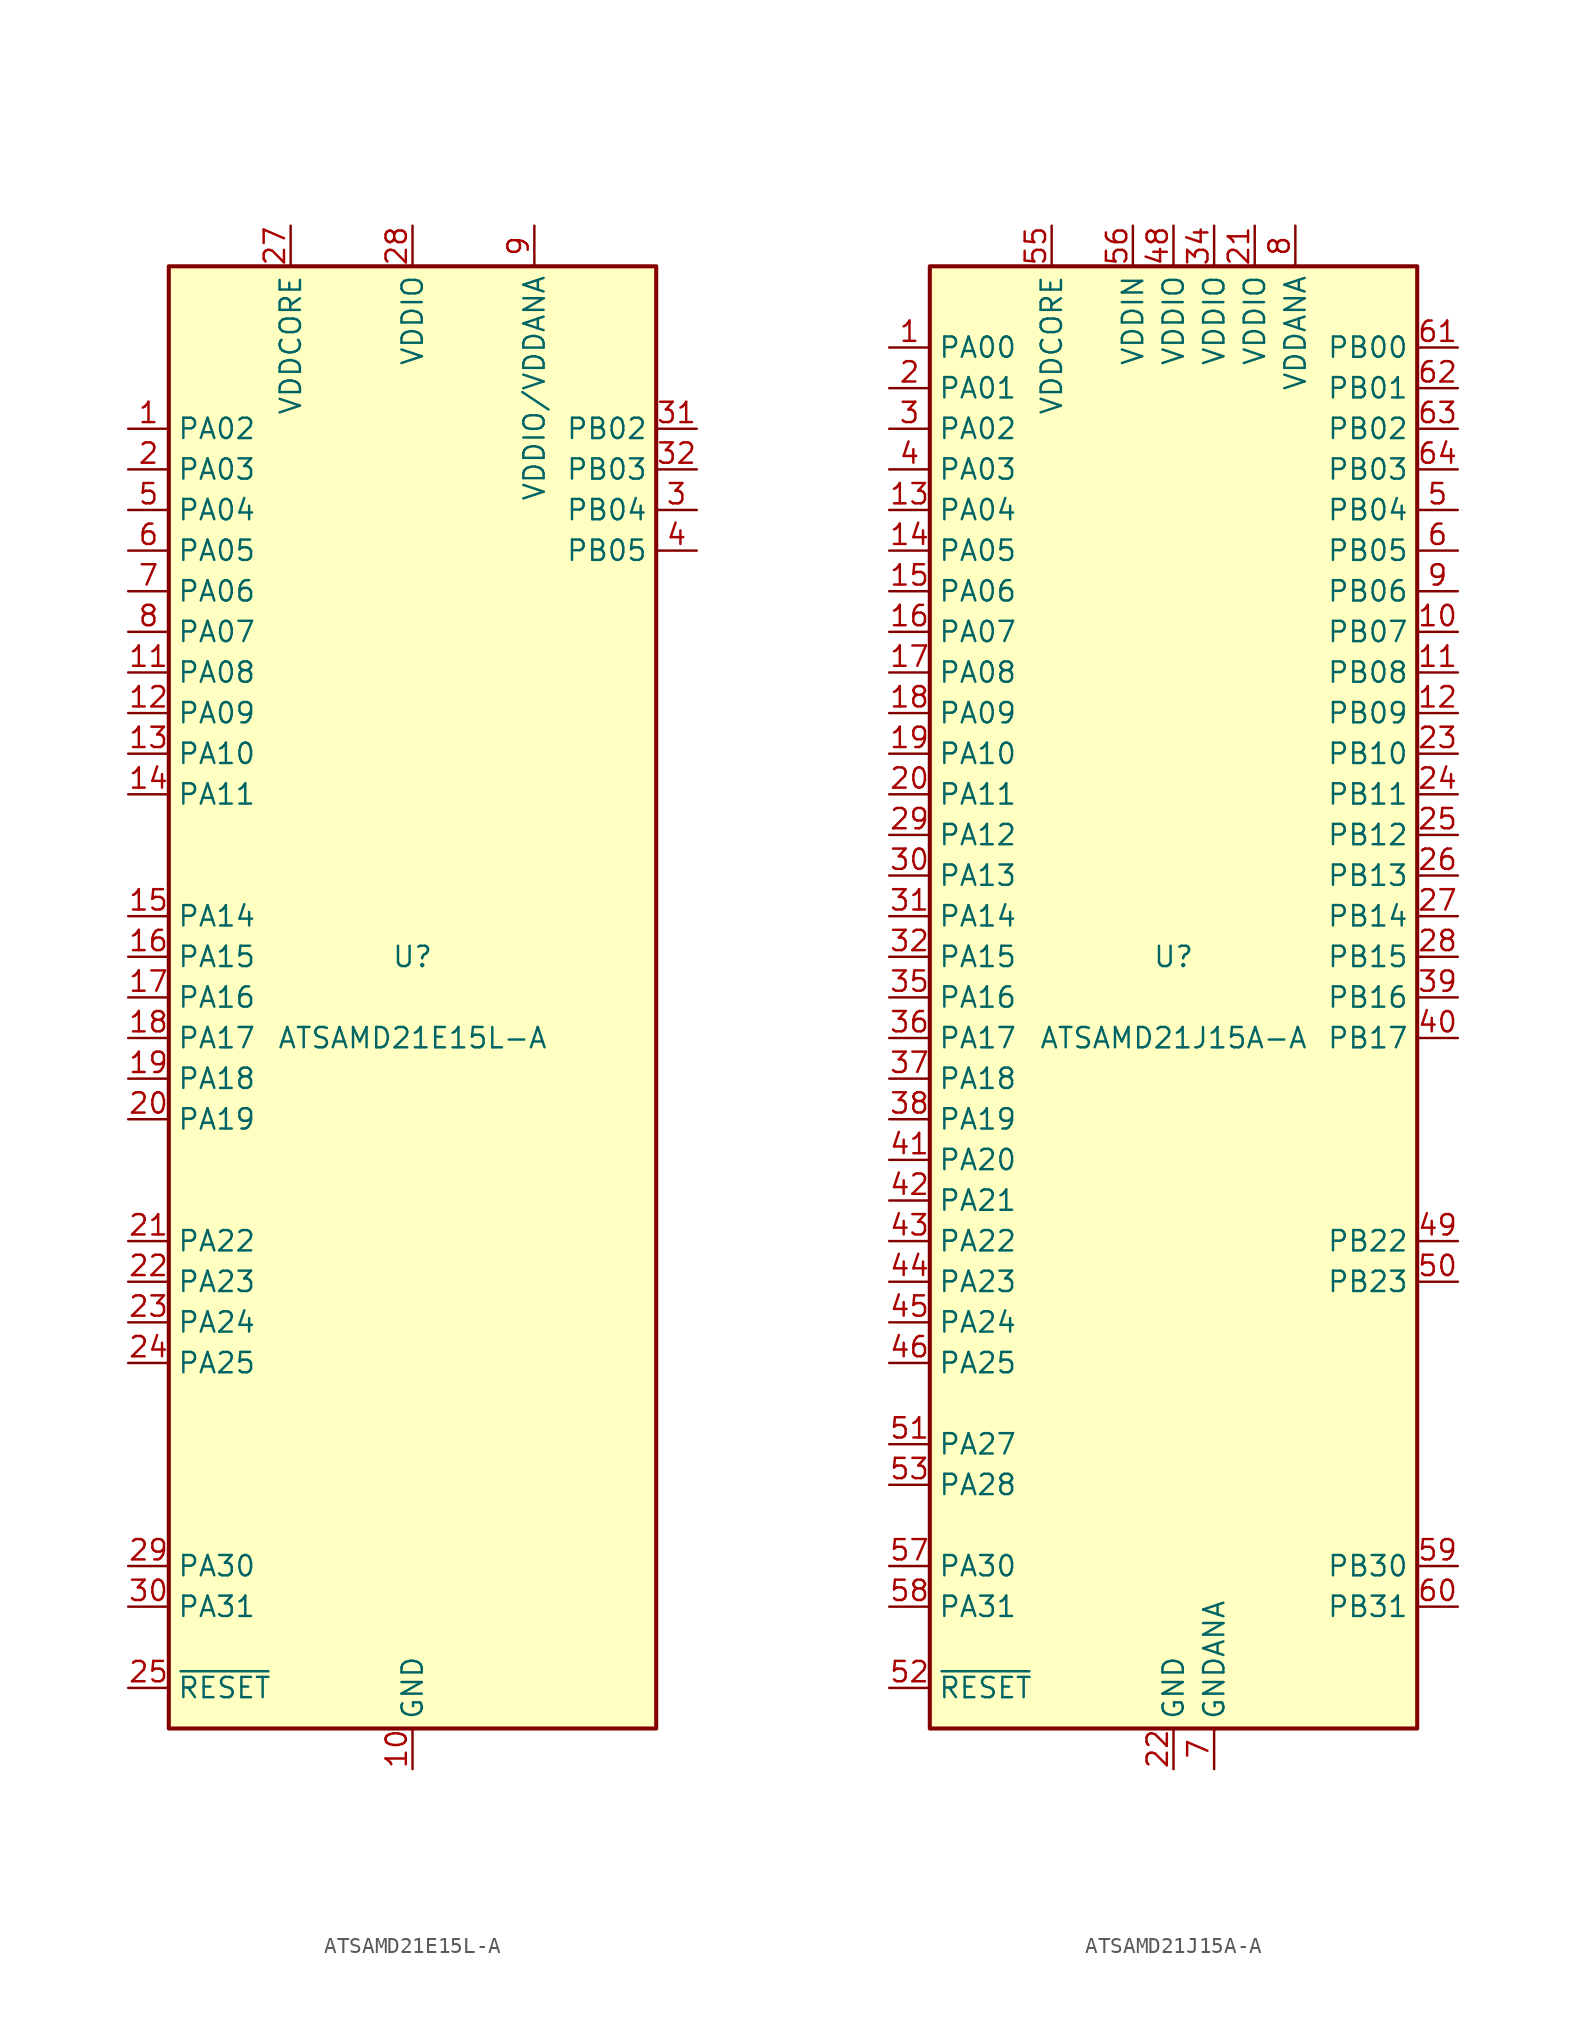
<source format=kicad_sym>
(kicad_symbol_lib
  (version 20241209)
  (generator "kicad_symbol_editor")
  (generator_version "9.0")
  (symbol "ATSAMD21E15L-A"
    (property "Reference" "U"
      (at 0 2.54 0)
      (effects (font (size 1.27 1.27))))
    (property "Value" "ATSAMD21E15L-A"
      (at 0 -2.54 0)
      (effects (font (size 1.27 1.27))))
    (symbol "ATSAMD21E15L-A_1_1"
      (rectangle (start -15.24 45.72) (end 15.24 -45.72) (stroke (width 0.254) (type default)) (fill (type background)))
      (pin bidirectional line (at -17.78 35.56 0) (length 2.54) (name "PA02" (effects (font (size 1.27 1.27)))) (number "1" (effects (font (size 1.27 1.27)))))
      (pin bidirectional line (at -17.78 33.02 0) (length 2.54) (name "PA03" (effects (font (size 1.27 1.27)))) (number "2" (effects (font (size 1.27 1.27)))))
      (pin bidirectional line (at -17.78 30.48 0) (length 2.54) (name "PA04" (effects (font (size 1.27 1.27)))) (number "5" (effects (font (size 1.27 1.27)))))
      (pin bidirectional line (at -17.78 27.94 0) (length 2.54) (name "PA05" (effects (font (size 1.27 1.27)))) (number "6" (effects (font (size 1.27 1.27)))))
      (pin bidirectional line (at -17.78 25.4 0) (length 2.54) (name "PA06" (effects (font (size 1.27 1.27)))) (number "7" (effects (font (size 1.27 1.27)))))
      (pin bidirectional line (at -17.78 22.86 0) (length 2.54) (name "PA07" (effects (font (size 1.27 1.27)))) (number "8" (effects (font (size 1.27 1.27)))))
      (pin bidirectional line (at -17.78 20.32 0) (length 2.54) (name "PA08" (effects (font (size 1.27 1.27)))) (number "11" (effects (font (size 1.27 1.27)))))
      (pin bidirectional line (at -17.78 17.78 0) (length 2.54) (name "PA09" (effects (font (size 1.27 1.27)))) (number "12" (effects (font (size 1.27 1.27)))))
      (pin bidirectional line (at -17.78 15.24 0) (length 2.54) (name "PA10" (effects (font (size 1.27 1.27)))) (number "13" (effects (font (size 1.27 1.27)))))
      (pin bidirectional line (at -17.78 12.7 0) (length 2.54) (name "PA11" (effects (font (size 1.27 1.27)))) (number "14" (effects (font (size 1.27 1.27)))))
      (pin bidirectional line (at -17.78 5.08 0) (length 2.54) (name "PA14" (effects (font (size 1.27 1.27)))) (number "15" (effects (font (size 1.27 1.27)))))
      (pin bidirectional line (at -17.78 2.54 0) (length 2.54) (name "PA15" (effects (font (size 1.27 1.27)))) (number "16" (effects (font (size 1.27 1.27)))))
      (pin bidirectional line (at -17.78 0 0) (length 2.54) (name "PA16" (effects (font (size 1.27 1.27)))) (number "17" (effects (font (size 1.27 1.27)))))
      (pin bidirectional line (at -17.78 -2.54 0) (length 2.54) (name "PA17" (effects (font (size 1.27 1.27)))) (number "18" (effects (font (size 1.27 1.27)))))
      (pin bidirectional line (at -17.78 -5.08 0) (length 2.54) (name "PA18" (effects (font (size 1.27 1.27)))) (number "19" (effects (font (size 1.27 1.27)))))
      (pin bidirectional line (at -17.78 -7.62 0) (length 2.54) (name "PA19" (effects (font (size 1.27 1.27)))) (number "20" (effects (font (size 1.27 1.27)))))
      (pin bidirectional line (at -17.78 -15.24 0) (length 2.54) (name "PA22" (effects (font (size 1.27 1.27)))) (number "21" (effects (font (size 1.27 1.27)))))
      (pin bidirectional line (at -17.78 -17.78 0) (length 2.54) (name "PA23" (effects (font (size 1.27 1.27)))) (number "22" (effects (font (size 1.27 1.27)))))
      (pin bidirectional line (at -17.78 -20.32 0) (length 2.54) (name "PA24" (effects (font (size 1.27 1.27)))) (number "23" (effects (font (size 1.27 1.27)))))
      (pin bidirectional line (at -17.78 -22.86 0) (length 2.54) (name "PA25" (effects (font (size 1.27 1.27)))) (number "24" (effects (font (size 1.27 1.27)))))
      (pin bidirectional line (at -17.78 -35.56 0) (length 2.54) (name "PA30" (effects (font (size 1.27 1.27)))) (number "29" (effects (font (size 1.27 1.27)))))
      (pin bidirectional line (at -17.78 -38.1 0) (length 2.54) (name "PA31" (effects (font (size 1.27 1.27)))) (number "30" (effects (font (size 1.27 1.27)))))
      (pin input line (at -17.78 -43.18 0) (length 2.54) (name "~{RESET}" (effects (font (size 1.27 1.27)))) (number "25" (effects (font (size 1.27 1.27)))))
      (pin power_out line (at -7.62 48.26 270) (length 2.54) (name "VDDCORE" (effects (font (size 1.27 1.27)))) (number "27" (effects (font (size 1.27 1.27)))))
      (pin power_in line (at 0 48.26 270) (length 2.54) (name "VDDIO" (effects (font (size 1.27 1.27)))) (number "28" (effects (font (size 1.27 1.27)))))
      (pin power_in line (at 0 -48.26 90) (length 2.54) (name "GND" (effects (font (size 1.27 1.27)))) (number "10" (effects (font (size 1.27 1.27)))))
      (pin passive line (at 0 -48.26 90) (length 2.54) (hide yes) (name "GND" (effects (font (size 1.27 1.27)))) (number "26" (effects (font (size 1.27 1.27)))))
      (pin power_in line (at 7.62 48.26 270) (length 2.54) (name "VDDIO/VDDANA" (effects (font (size 1.27 1.27)))) (number "9" (effects (font (size 1.27 1.27)))))
      (pin bidirectional line (at 17.78 35.56 180) (length 2.54) (name "PB02" (effects (font (size 1.27 1.27)))) (number "31" (effects (font (size 1.27 1.27)))))
      (pin bidirectional line (at 17.78 33.02 180) (length 2.54) (name "PB03" (effects (font (size 1.27 1.27)))) (number "32" (effects (font (size 1.27 1.27)))))
      (pin bidirectional line (at 17.78 30.48 180) (length 2.54) (name "PB04" (effects (font (size 1.27 1.27)))) (number "3" (effects (font (size 1.27 1.27)))))
      (pin bidirectional line (at 17.78 27.94 180) (length 2.54) (name "PB05" (effects (font (size 1.27 1.27)))) (number "4" (effects (font (size 1.27 1.27)))))))
  (symbol "ATSAMD21J15A-A"
    (property "Reference" "U"
      (at 0 2.54 0)
      (effects (font (size 1.27 1.27))))
    (property "Value" "ATSAMD21J15A-A"
      (at 0 -2.54 0)
      (effects (font (size 1.27 1.27))))
    (symbol "ATSAMD21J15A-A_0_1"
      (rectangle (start -15.24 45.72) (end 15.24 -45.72) (stroke (width 0.254) (type default)) (fill (type background))))
    (symbol "ATSAMD21J15A-A_1_1"
      (pin bidirectional line (at -17.78 40.64 0) (length 2.54) (name "PA00" (effects (font (size 1.27 1.27)))) (number "1" (effects (font (size 1.27 1.27)))))
      (pin bidirectional line (at -17.78 38.1 0) (length 2.54) (name "PA01" (effects (font (size 1.27 1.27)))) (number "2" (effects (font (size 1.27 1.27)))))
      (pin bidirectional line (at -17.78 35.56 0) (length 2.54) (name "PA02" (effects (font (size 1.27 1.27)))) (number "3" (effects (font (size 1.27 1.27)))))
      (pin bidirectional line (at -17.78 33.02 0) (length 2.54) (name "PA03" (effects (font (size 1.27 1.27)))) (number "4" (effects (font (size 1.27 1.27)))))
      (pin bidirectional line (at -17.78 30.48 0) (length 2.54) (name "PA04" (effects (font (size 1.27 1.27)))) (number "13" (effects (font (size 1.27 1.27)))))
      (pin bidirectional line (at -17.78 27.94 0) (length 2.54) (name "PA05" (effects (font (size 1.27 1.27)))) (number "14" (effects (font (size 1.27 1.27)))))
      (pin bidirectional line (at -17.78 25.4 0) (length 2.54) (name "PA06" (effects (font (size 1.27 1.27)))) (number "15" (effects (font (size 1.27 1.27)))))
      (pin bidirectional line (at -17.78 22.86 0) (length 2.54) (name "PA07" (effects (font (size 1.27 1.27)))) (number "16" (effects (font (size 1.27 1.27)))))
      (pin bidirectional line (at -17.78 20.32 0) (length 2.54) (name "PA08" (effects (font (size 1.27 1.27)))) (number "17" (effects (font (size 1.27 1.27)))))
      (pin bidirectional line (at -17.78 17.78 0) (length 2.54) (name "PA09" (effects (font (size 1.27 1.27)))) (number "18" (effects (font (size 1.27 1.27)))))
      (pin bidirectional line (at -17.78 15.24 0) (length 2.54) (name "PA10" (effects (font (size 1.27 1.27)))) (number "19" (effects (font (size 1.27 1.27)))))
      (pin bidirectional line (at -17.78 12.7 0) (length 2.54) (name "PA11" (effects (font (size 1.27 1.27)))) (number "20" (effects (font (size 1.27 1.27)))))
      (pin bidirectional line (at -17.78 10.16 0) (length 2.54) (name "PA12" (effects (font (size 1.27 1.27)))) (number "29" (effects (font (size 1.27 1.27)))))
      (pin bidirectional line (at -17.78 7.62 0) (length 2.54) (name "PA13" (effects (font (size 1.27 1.27)))) (number "30" (effects (font (size 1.27 1.27)))))
      (pin bidirectional line (at -17.78 5.08 0) (length 2.54) (name "PA14" (effects (font (size 1.27 1.27)))) (number "31" (effects (font (size 1.27 1.27)))))
      (pin bidirectional line (at -17.78 2.54 0) (length 2.54) (name "PA15" (effects (font (size 1.27 1.27)))) (number "32" (effects (font (size 1.27 1.27)))))
      (pin bidirectional line (at -17.78 0 0) (length 2.54) (name "PA16" (effects (font (size 1.27 1.27)))) (number "35" (effects (font (size 1.27 1.27)))))
      (pin bidirectional line (at -17.78 -2.54 0) (length 2.54) (name "PA17" (effects (font (size 1.27 1.27)))) (number "36" (effects (font (size 1.27 1.27)))))
      (pin bidirectional line (at -17.78 -5.08 0) (length 2.54) (name "PA18" (effects (font (size 1.27 1.27)))) (number "37" (effects (font (size 1.27 1.27)))))
      (pin bidirectional line (at -17.78 -7.62 0) (length 2.54) (name "PA19" (effects (font (size 1.27 1.27)))) (number "38" (effects (font (size 1.27 1.27)))))
      (pin bidirectional line (at -17.78 -10.16 0) (length 2.54) (name "PA20" (effects (font (size 1.27 1.27)))) (number "41" (effects (font (size 1.27 1.27)))))
      (pin bidirectional line (at -17.78 -12.7 0) (length 2.54) (name "PA21" (effects (font (size 1.27 1.27)))) (number "42" (effects (font (size 1.27 1.27)))))
      (pin bidirectional line (at -17.78 -15.24 0) (length 2.54) (name "PA22" (effects (font (size 1.27 1.27)))) (number "43" (effects (font (size 1.27 1.27)))))
      (pin bidirectional line (at -17.78 -17.78 0) (length 2.54) (name "PA23" (effects (font (size 1.27 1.27)))) (number "44" (effects (font (size 1.27 1.27)))))
      (pin bidirectional line (at -17.78 -20.32 0) (length 2.54) (name "PA24" (effects (font (size 1.27 1.27)))) (number "45" (effects (font (size 1.27 1.27)))))
      (pin bidirectional line (at -17.78 -22.86 0) (length 2.54) (name "PA25" (effects (font (size 1.27 1.27)))) (number "46" (effects (font (size 1.27 1.27)))))
      (pin bidirectional line (at -17.78 -27.94 0) (length 2.54) (name "PA27" (effects (font (size 1.27 1.27)))) (number "51" (effects (font (size 1.27 1.27)))))
      (pin bidirectional line (at -17.78 -30.48 0) (length 2.54) (name "PA28" (effects (font (size 1.27 1.27)))) (number "53" (effects (font (size 1.27 1.27)))))
      (pin bidirectional line (at -17.78 -35.56 0) (length 2.54) (name "PA30" (effects (font (size 1.27 1.27)))) (number "57" (effects (font (size 1.27 1.27)))))
      (pin bidirectional line (at -17.78 -38.1 0) (length 2.54) (name "PA31" (effects (font (size 1.27 1.27)))) (number "58" (effects (font (size 1.27 1.27)))))
      (pin input line (at -17.78 -43.18 0) (length 2.54) (name "~{RESET}" (effects (font (size 1.27 1.27)))) (number "52" (effects (font (size 1.27 1.27)))))
      (pin power_out line (at -7.62 48.26 270) (length 2.54) (name "VDDCORE" (effects (font (size 1.27 1.27)))) (number "55" (effects (font (size 1.27 1.27)))))
      (pin power_in line (at -2.54 48.26 270) (length 2.54) (name "VDDIN" (effects (font (size 1.27 1.27)))) (number "56" (effects (font (size 1.27 1.27)))))
      (pin power_in line (at 0 48.26 270) (length 2.54) (name "VDDIO" (effects (font (size 1.27 1.27)))) (number "48" (effects (font (size 1.27 1.27)))))
      (pin power_in line (at 0 -48.26 90) (length 2.54) (name "GND" (effects (font (size 1.27 1.27)))) (number "22" (effects (font (size 1.27 1.27)))))
      (pin passive line (at 0 -48.26 90) (length 2.54) (hide yes) (name "GND" (effects (font (size 1.27 1.27)))) (number "33" (effects (font (size 1.27 1.27)))))
      (pin passive line (at 0 -48.26 90) (length 2.54) (hide yes) (name "GND" (effects (font (size 1.27 1.27)))) (number "47" (effects (font (size 1.27 1.27)))))
      (pin passive line (at 0 -48.26 90) (length 2.54) (hide yes) (name "GND" (effects (font (size 1.27 1.27)))) (number "54" (effects (font (size 1.27 1.27)))))
      (pin power_in line (at 2.54 48.26 270) (length 2.54) (name "VDDIO" (effects (font (size 1.27 1.27)))) (number "34" (effects (font (size 1.27 1.27)))))
      (pin power_in line (at 2.54 -48.26 90) (length 2.54) (name "GNDANA" (effects (font (size 1.27 1.27)))) (number "7" (effects (font (size 1.27 1.27)))))
      (pin power_in line (at 5.08 48.26 270) (length 2.54) (name "VDDIO" (effects (font (size 1.27 1.27)))) (number "21" (effects (font (size 1.27 1.27)))))
      (pin power_in line (at 7.62 48.26 270) (length 2.54) (name "VDDANA" (effects (font (size 1.27 1.27)))) (number "8" (effects (font (size 1.27 1.27)))))
      (pin bidirectional line (at 17.78 40.64 180) (length 2.54) (name "PB00" (effects (font (size 1.27 1.27)))) (number "61" (effects (font (size 1.27 1.27)))))
      (pin bidirectional line (at 17.78 38.1 180) (length 2.54) (name "PB01" (effects (font (size 1.27 1.27)))) (number "62" (effects (font (size 1.27 1.27)))))
      (pin bidirectional line (at 17.78 35.56 180) (length 2.54) (name "PB02" (effects (font (size 1.27 1.27)))) (number "63" (effects (font (size 1.27 1.27)))))
      (pin bidirectional line (at 17.78 33.02 180) (length 2.54) (name "PB03" (effects (font (size 1.27 1.27)))) (number "64" (effects (font (size 1.27 1.27)))))
      (pin bidirectional line (at 17.78 30.48 180) (length 2.54) (name "PB04" (effects (font (size 1.27 1.27)))) (number "5" (effects (font (size 1.27 1.27)))))
      (pin bidirectional line (at 17.78 27.94 180) (length 2.54) (name "PB05" (effects (font (size 1.27 1.27)))) (number "6" (effects (font (size 1.27 1.27)))))
      (pin bidirectional line (at 17.78 25.4 180) (length 2.54) (name "PB06" (effects (font (size 1.27 1.27)))) (number "9" (effects (font (size 1.27 1.27)))))
      (pin bidirectional line (at 17.78 22.86 180) (length 2.54) (name "PB07" (effects (font (size 1.27 1.27)))) (number "10" (effects (font (size 1.27 1.27)))))
      (pin bidirectional line (at 17.78 20.32 180) (length 2.54) (name "PB08" (effects (font (size 1.27 1.27)))) (number "11" (effects (font (size 1.27 1.27)))))
      (pin bidirectional line (at 17.78 17.78 180) (length 2.54) (name "PB09" (effects (font (size 1.27 1.27)))) (number "12" (effects (font (size 1.27 1.27)))))
      (pin bidirectional line (at 17.78 15.24 180) (length 2.54) (name "PB10" (effects (font (size 1.27 1.27)))) (number "23" (effects (font (size 1.27 1.27)))))
      (pin bidirectional line (at 17.78 12.7 180) (length 2.54) (name "PB11" (effects (font (size 1.27 1.27)))) (number "24" (effects (font (size 1.27 1.27)))))
      (pin bidirectional line (at 17.78 10.16 180) (length 2.54) (name "PB12" (effects (font (size 1.27 1.27)))) (number "25" (effects (font (size 1.27 1.27)))))
      (pin bidirectional line (at 17.78 7.62 180) (length 2.54) (name "PB13" (effects (font (size 1.27 1.27)))) (number "26" (effects (font (size 1.27 1.27)))))
      (pin bidirectional line (at 17.78 5.08 180) (length 2.54) (name "PB14" (effects (font (size 1.27 1.27)))) (number "27" (effects (font (size 1.27 1.27)))))
      (pin bidirectional line (at 17.78 2.54 180) (length 2.54) (name "PB15" (effects (font (size 1.27 1.27)))) (number "28" (effects (font (size 1.27 1.27)))))
      (pin bidirectional line (at 17.78 0 180) (length 2.54) (name "PB16" (effects (font (size 1.27 1.27)))) (number "39" (effects (font (size 1.27 1.27)))))
      (pin bidirectional line (at 17.78 -2.54 180) (length 2.54) (name "PB17" (effects (font (size 1.27 1.27)))) (number "40" (effects (font (size 1.27 1.27)))))
      (pin bidirectional line (at 17.78 -15.24 180) (length 2.54) (name "PB22" (effects (font (size 1.27 1.27)))) (number "49" (effects (font (size 1.27 1.27)))))
      (pin bidirectional line (at 17.78 -17.78 180) (length 2.54) (name "PB23" (effects (font (size 1.27 1.27)))) (number "50" (effects (font (size 1.27 1.27)))))
      (pin bidirectional line (at 17.78 -35.56 180) (length 2.54) (name "PB30" (effects (font (size 1.27 1.27)))) (number "59" (effects (font (size 1.27 1.27)))))
      (pin bidirectional line (at 17.78 -38.1 180) (length 2.54) (name "PB31" (effects (font (size 1.27 1.27)))) (number "60" (effects (font (size 1.27 1.27))))))))
</source>
